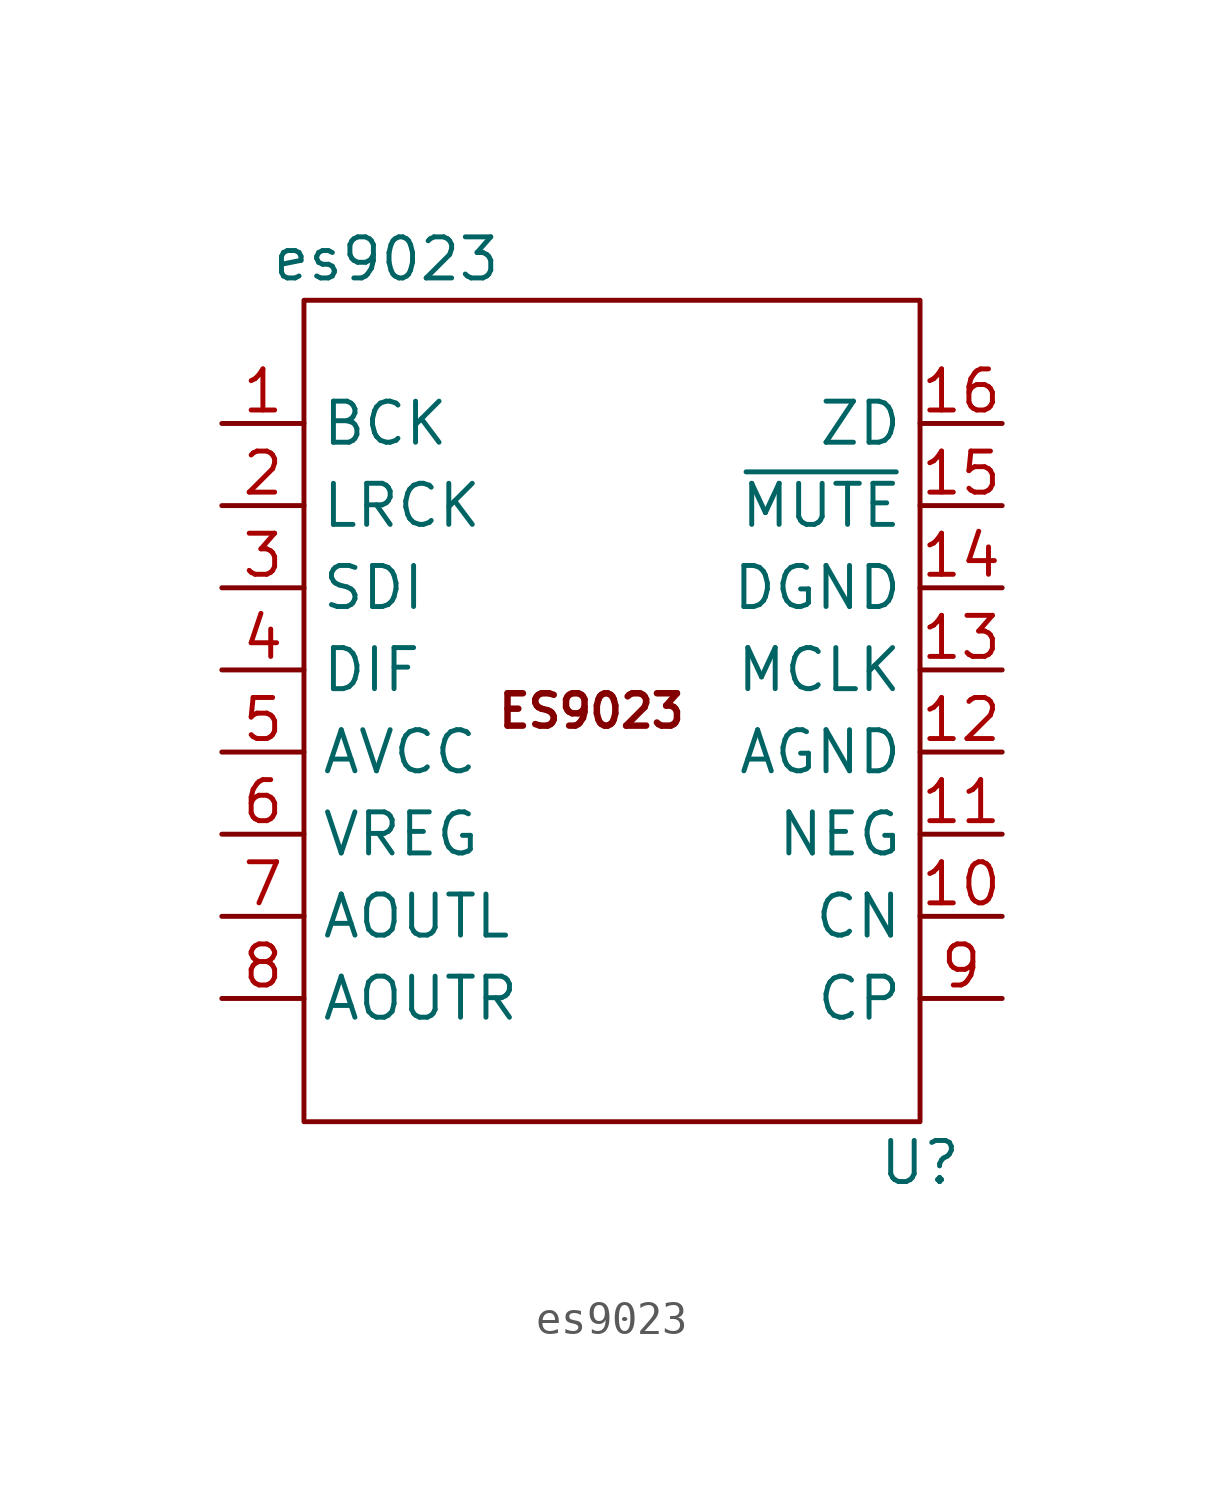
<source format=kicad_sym>
(kicad_symbol_lib
  (version 20201005)
  (generator kicad_symbol_editor)
  (symbol "es9023:es9023"
    (property "Reference" "U"
      (at 10.16 -13.97 0)
      (effects (font (size 1.27 1.27))))
    (property "Value" "es9023"
      (at -6.35 13.97 0)
      (effects (font (size 1.27 1.27))))
    (symbol "es9023_0_0"
      (text "ES9023" (at 0 0 0) (effects (font (size 1 1) bold))))
    (symbol "es9023_0_1"
      (rectangle (start -8.89 12.7) (end 10.16 -12.7) (stroke (width 0.152)) (fill (type none))))
    (symbol "es9023_1_1"
      (pin input line (at -11.43 8.89 0) (length 2.54) (name "BCK" (effects (font (size 1.27 1.27)))) (number "1" (effects (font (size 1.27 1.27)))))
      (pin input line (at 12.7 -6.35 180) (length 2.54) (name "CN" (effects (font (size 1.27 1.27)))) (number "10" (effects (font (size 1.27 1.27)))))
      (pin input line (at 12.7 -3.81 180) (length 2.54) (name "NEG" (effects (font (size 1.27 1.27)))) (number "11" (effects (font (size 1.27 1.27)))))
      (pin input line (at 12.7 -1.27 180) (length 2.54) (name "AGND" (effects (font (size 1.27 1.27)))) (number "12" (effects (font (size 1.27 1.27)))))
      (pin input line (at 12.7 1.27 180) (length 2.54) (name "MCLK" (effects (font (size 1.27 1.27)))) (number "13" (effects (font (size 1.27 1.27)))))
      (pin input line (at 12.7 3.81 180) (length 2.54) (name "DGND" (effects (font (size 1.27 1.27)))) (number "14" (effects (font (size 1.27 1.27)))))
      (pin input line (at 12.7 6.35 180) (length 2.54) (name "~MUTE" (effects (font (size 1.27 1.27)))) (number "15" (effects (font (size 1.27 1.27)))))
      (pin input line (at 12.7 8.89 180) (length 2.54) (name "ZD" (effects (font (size 1.27 1.27)))) (number "16" (effects (font (size 1.27 1.27)))))
      (pin input line (at -11.43 6.35 0) (length 2.54) (name "LRCK" (effects (font (size 1.27 1.27)))) (number "2" (effects (font (size 1.27 1.27)))))
      (pin input line (at -11.43 3.81 0) (length 2.54) (name "SDI" (effects (font (size 1.27 1.27)))) (number "3" (effects (font (size 1.27 1.27)))))
      (pin input line (at -11.43 1.27 0) (length 2.54) (name "DIF" (effects (font (size 1.27 1.27)))) (number "4" (effects (font (size 1.27 1.27)))))
      (pin input line (at -11.43 -1.27 0) (length 2.54) (name "AVCC" (effects (font (size 1.27 1.27)))) (number "5" (effects (font (size 1.27 1.27)))))
      (pin input line (at -11.43 -3.81 0) (length 2.54) (name "VREG" (effects (font (size 1.27 1.27)))) (number "6" (effects (font (size 1.27 1.27)))))
      (pin input line (at -11.43 -6.35 0) (length 2.54) (name "AOUTL" (effects (font (size 1.27 1.27)))) (number "7" (effects (font (size 1.27 1.27)))))
      (pin input line (at -11.43 -8.89 0) (length 2.54) (name "AOUTR" (effects (font (size 1.27 1.27)))) (number "8" (effects (font (size 1.27 1.27)))))
      (pin input line (at 12.7 -8.89 180) (length 2.54) (name "CP" (effects (font (size 1.27 1.27)))) (number "9" (effects (font (size 1.27 1.27))))))))
</source>
